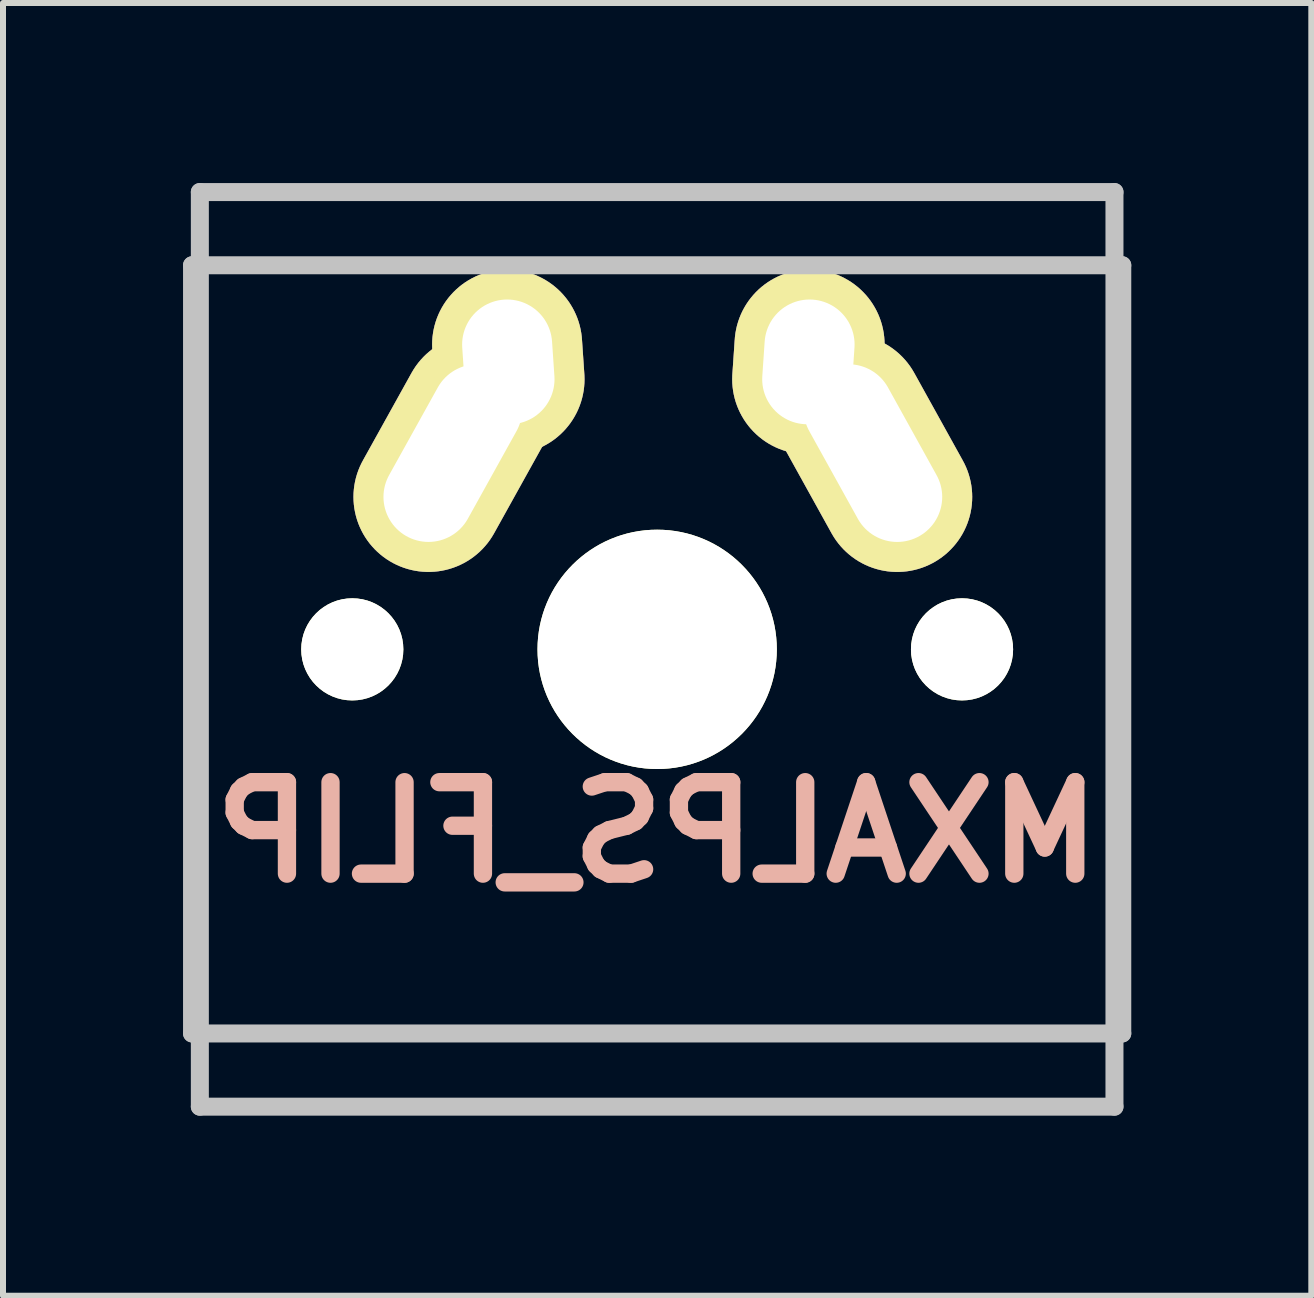
<source format=kicad_pcb>
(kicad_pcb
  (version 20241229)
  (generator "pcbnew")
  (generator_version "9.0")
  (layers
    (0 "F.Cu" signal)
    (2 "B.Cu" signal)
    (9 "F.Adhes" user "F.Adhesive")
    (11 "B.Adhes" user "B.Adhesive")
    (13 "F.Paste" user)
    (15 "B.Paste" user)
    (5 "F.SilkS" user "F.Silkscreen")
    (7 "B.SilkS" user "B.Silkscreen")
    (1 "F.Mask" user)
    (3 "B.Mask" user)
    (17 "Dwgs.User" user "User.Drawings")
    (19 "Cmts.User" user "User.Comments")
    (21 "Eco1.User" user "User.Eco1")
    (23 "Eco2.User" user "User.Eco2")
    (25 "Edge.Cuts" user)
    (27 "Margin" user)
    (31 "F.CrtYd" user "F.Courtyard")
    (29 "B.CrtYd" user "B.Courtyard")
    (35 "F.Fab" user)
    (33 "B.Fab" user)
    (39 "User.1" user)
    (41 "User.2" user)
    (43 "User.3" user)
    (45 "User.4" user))
  (footprint "MXALPS_FLIP"
    (layer "F.Cu")
    (at 7.9 7.77)
    (property "Reference" "MXALPS_FLIP" (at 0 3.048 0) (layer "B.SilkS") (effects (font (size 1.524 1.524) (thickness 0.305)) (justify mirror)))
    (attr through_hole)
    (fp_line (start -7.75 6.4) (end -7.75 -6.4) (stroke (width 0.3) (type solid)) (layer "Dwgs.User"))
    (fp_line (start -7.75 6.4) (end 7.75 6.4) (stroke (width 0.3) (type solid)) (layer "Dwgs.User"))
    (fp_line (start -7.62 -7.62) (end 7.62 -7.62) (stroke (width 0.3) (type solid)) (layer "Dwgs.User"))
    (fp_line (start -7.62 7.62) (end -7.62 -7.62) (stroke (width 0.3) (type solid)) (layer "Dwgs.User"))
    (fp_line (start 7.62 -7.62) (end 7.62 7.62) (stroke (width 0.3) (type solid)) (layer "Dwgs.User"))
    (fp_line (start 7.62 7.62) (end -7.62 7.62) (stroke (width 0.3) (type solid)) (layer "Dwgs.User"))
    (fp_line (start 7.75 -6.4) (end -7.75 -6.4) (stroke (width 0.3) (type solid)) (layer "Dwgs.User"))
    (fp_line (start 7.75 6.4) (end 7.75 -6.4) (stroke (width 0.3) (type solid)) (layer "Dwgs.User"))
    (pad "" np_thru_hole circle (at -5.08 0) (size 1.702 1.702) (drill 1.702) (layers "*.Cu" "*.Mask" "F.SilkS"))
    (pad "" np_thru_hole circle (at 0 0) (size 3.988 3.988) (drill 3.988) (layers "*.Cu" "*.Mask" "F.SilkS"))
    (pad "" np_thru_hole circle (at 5.08 0) (size 1.702 1.702) (drill 1.702) (layers "*.Cu" "*.Mask" "F.SilkS"))
    (pad "1" thru_hole oval (at -3.405 -3.27 330.95) (size 2.5 4.17) (drill oval 1.5 3.17) (layers "*.Cu" "*.Mask" "F.SilkS"))
    (pad "1" thru_hole oval (at -2.48 -4.79 3.9) (size 2.5 3.08) (drill oval 1.5 2.08) (layers "*.Cu" "*.Mask" "F.SilkS"))
    (pad "2" thru_hole oval (at 2.52 -4.79 356.1) (size 2.5 3.08) (drill oval 1.5 2.08) (layers "*.Cu" "*.Mask" "F.SilkS"))
    (pad "2" thru_hole oval (at 3.595 -3.27 29) (size 2.5 4.17) (drill oval 1.5 3.17) (layers "*.Cu" "*.Mask" "F.SilkS")))
  (gr_rect
    (start -3 -3)
    (end 18.8 18.54)
    (stroke (width 0.1) (type default))
    (fill no)
    (layer "Edge.Cuts")))
</source>
